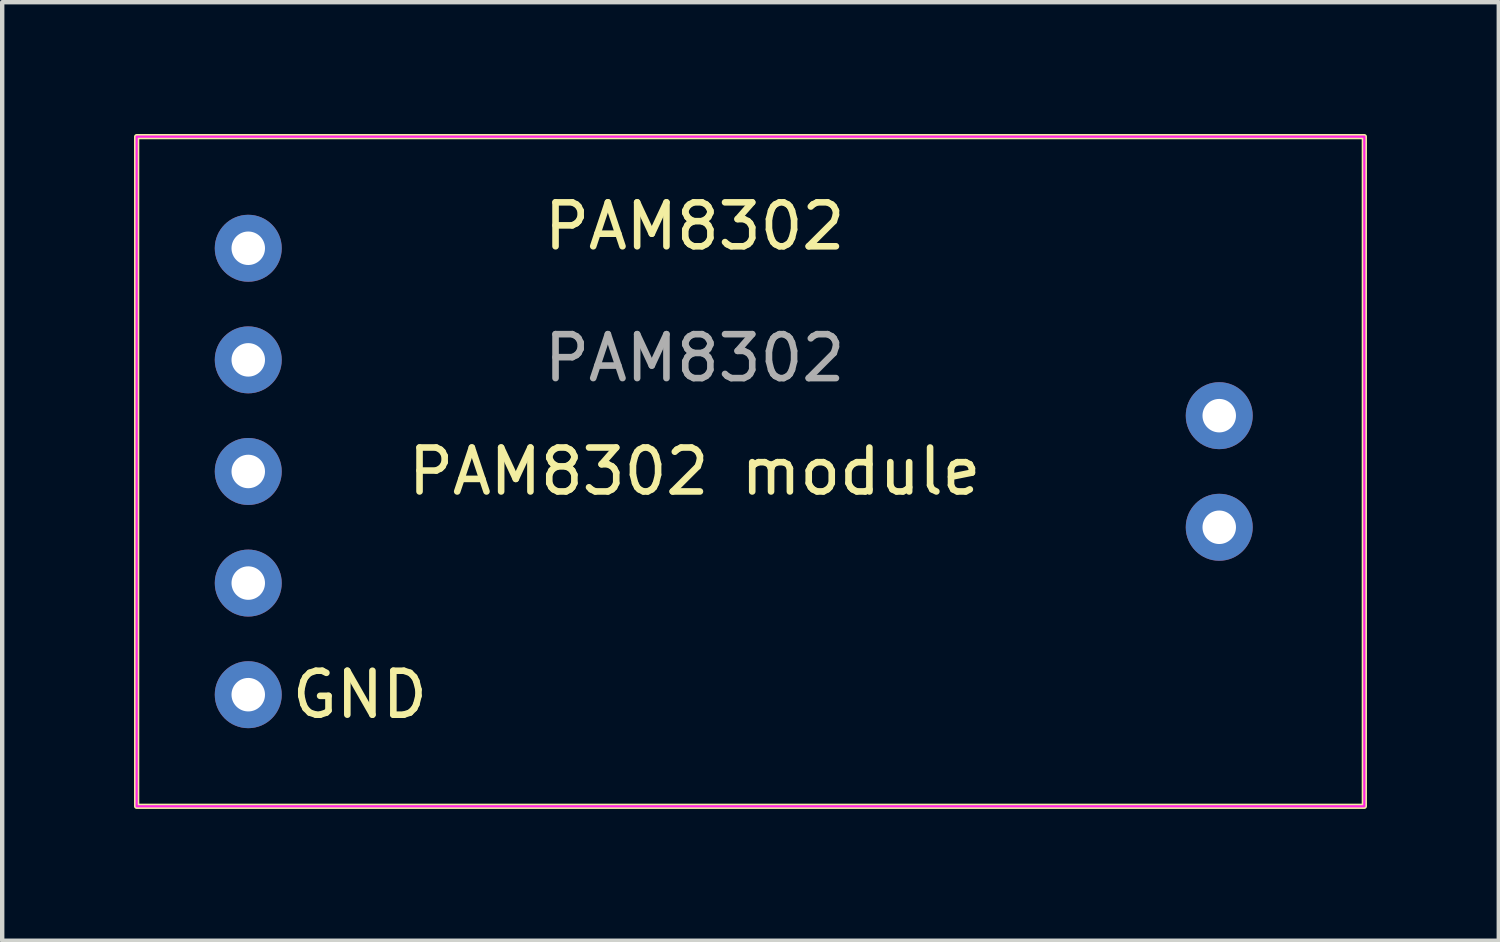
<source format=kicad_pcb>
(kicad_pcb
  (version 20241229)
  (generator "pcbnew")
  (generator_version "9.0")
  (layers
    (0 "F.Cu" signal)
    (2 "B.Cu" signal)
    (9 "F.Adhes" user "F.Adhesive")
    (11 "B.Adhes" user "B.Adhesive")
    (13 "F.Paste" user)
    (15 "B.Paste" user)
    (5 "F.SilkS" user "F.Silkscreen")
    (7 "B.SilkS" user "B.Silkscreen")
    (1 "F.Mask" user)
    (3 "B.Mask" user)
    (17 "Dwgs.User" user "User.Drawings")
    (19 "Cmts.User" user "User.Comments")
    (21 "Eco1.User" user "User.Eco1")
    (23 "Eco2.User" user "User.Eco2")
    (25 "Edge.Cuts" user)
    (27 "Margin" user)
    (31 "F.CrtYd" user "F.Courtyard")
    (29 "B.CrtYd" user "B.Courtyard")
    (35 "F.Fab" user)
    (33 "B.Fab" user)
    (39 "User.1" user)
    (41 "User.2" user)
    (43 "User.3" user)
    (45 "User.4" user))
  (footprint "PAM8302"
    (layer "F.Cu")
    (at 12.76 2.6)
    (property "Reference" "PAM8302" (at 0 -0.5 0) (unlocked yes) (layer "F.SilkS") (effects (font (size 1 1) (thickness 0.15))))
    (attr through_hole)
    (fp_rect (start 15.24 -2.54) (end -12.7 12.7) (stroke (width 0.12) (type solid)) (fill no) (layer "F.SilkS"))
    (fp_rect (start -12.7 -2.54) (end 15.24 12.7) (stroke (width 0.05) (type solid)) (fill no) (layer "F.CrtYd"))
    (fp_text user "GND" (at -7.62 10.16 0) (unlocked yes) (layer "F.SilkS") (effects (font (size 1 1) (thickness 0.15))))
    (fp_text user "PAM8302 module" (at 0 5.08 0) (unlocked yes) (layer "F.SilkS") (effects (font (size 1 1) (thickness 0.15))))
    (fp_text user "${REFERENCE}" (at 0 2.5 0) (unlocked yes) (layer "F.Fab") (effects (font (size 1 1) (thickness 0.15))))
    (pad "1" thru_hole circle (at -10.16 0) (size 1.524 1.524) (drill 0.762) (layers "*.Cu" "*.Mask"))
    (pad "2" thru_hole circle (at -10.16 2.54) (size 1.524 1.524) (drill 0.762) (layers "*.Cu" "*.Mask"))
    (pad "3" thru_hole circle (at -10.16 5.08) (size 1.524 1.524) (drill 0.762) (layers "*.Cu" "*.Mask"))
    (pad "4" thru_hole circle (at -10.16 7.62) (size 1.524 1.524) (drill 0.762) (layers "*.Cu" "*.Mask"))
    (pad "5" thru_hole circle (at -10.16 10.16) (size 1.524 1.524) (drill 0.762) (layers "*.Cu" "*.Mask"))
    (pad "6" thru_hole circle (at 11.938 3.81) (size 1.524 1.524) (drill 0.762) (layers "*.Cu" "*.Mask"))
    (pad "7" thru_hole circle (at 11.938 6.35) (size 1.524 1.524) (drill 0.762) (layers "*.Cu" "*.Mask")))
  (gr_rect
    (start -3 -3)
    (end 31.06 18.36)
    (stroke (width 0.1) (type default))
    (fill no)
    (layer "Edge.Cuts")))
</source>
